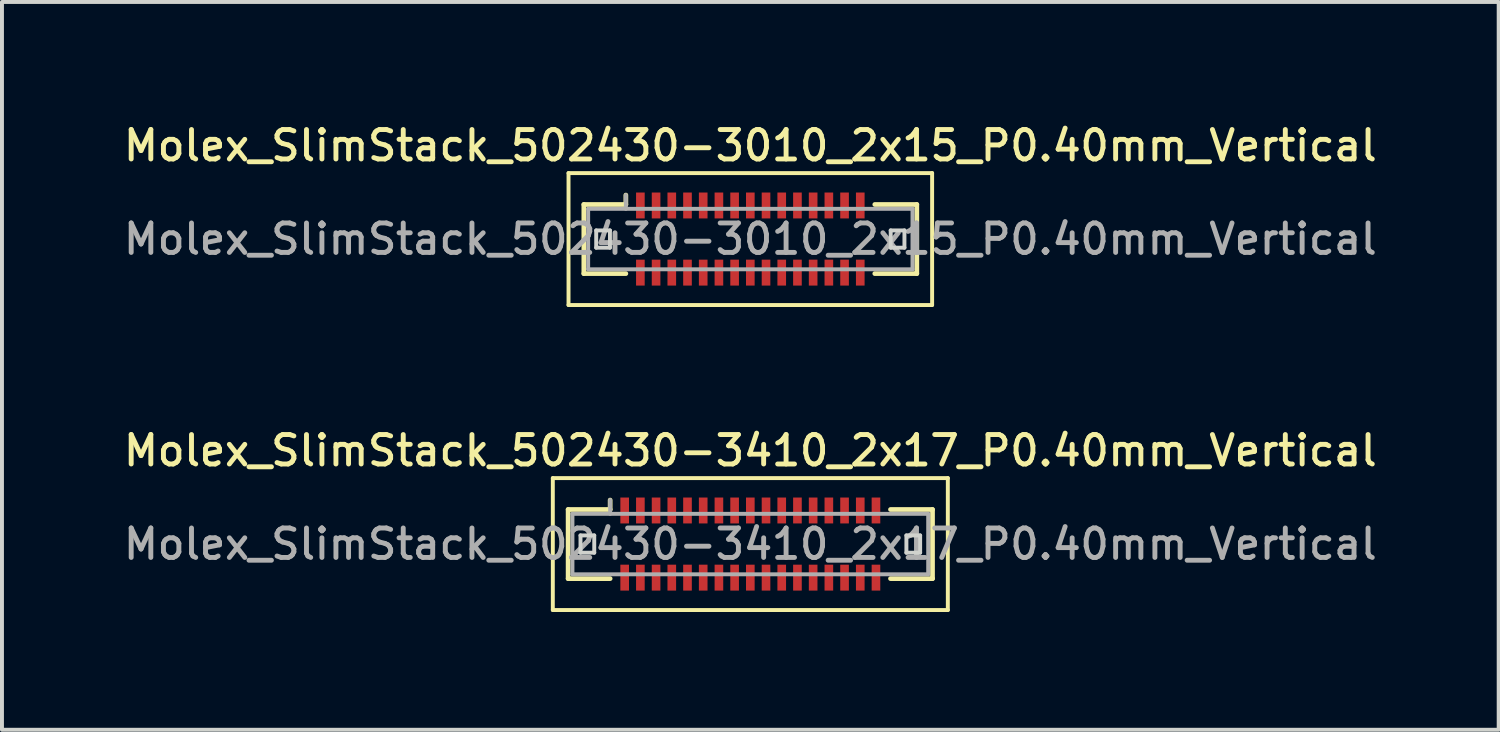
<source format=kicad_pcb>
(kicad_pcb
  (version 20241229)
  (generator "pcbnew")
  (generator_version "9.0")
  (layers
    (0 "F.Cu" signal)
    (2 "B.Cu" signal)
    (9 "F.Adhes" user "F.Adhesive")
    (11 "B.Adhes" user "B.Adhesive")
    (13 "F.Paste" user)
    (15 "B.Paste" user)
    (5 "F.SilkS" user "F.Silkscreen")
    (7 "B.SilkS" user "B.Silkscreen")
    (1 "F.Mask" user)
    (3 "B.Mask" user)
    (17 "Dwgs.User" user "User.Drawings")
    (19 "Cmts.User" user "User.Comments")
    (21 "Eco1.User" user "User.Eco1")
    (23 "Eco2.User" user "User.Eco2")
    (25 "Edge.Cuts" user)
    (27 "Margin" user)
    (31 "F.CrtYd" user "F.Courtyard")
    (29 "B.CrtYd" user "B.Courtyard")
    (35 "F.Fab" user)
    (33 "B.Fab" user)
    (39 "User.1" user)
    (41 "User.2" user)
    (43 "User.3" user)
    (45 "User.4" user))
  (footprint "Molex_SlimStack_502430-3410_2x17_P0.40mm_Vertical"
    (layer "F.Cu")
    (at 16.059 10.806)
    (property "Reference" "Molex_SlimStack_502430-3410_2x17_P0.40mm_Vertical" (at 0 -2.38 0) (layer "F.SilkS") (effects (font (size 0.75 0.75) (thickness 0.125))))
    (attr smd)
    (fp_line (start -5.03 -1.68) (end -5.03 1.68) (stroke (width 0.1) (type solid)) (layer "F.SilkS"))
    (fp_line (start -5.03 1.68) (end 5.03 1.68) (stroke (width 0.1) (type solid)) (layer "F.SilkS"))
    (fp_line (start -4.64 -0.88) (end -3.57 -0.88) (stroke (width 0.12) (type solid)) (layer "F.SilkS"))
    (fp_line (start -4.64 0.88) (end -4.64 -0.88) (stroke (width 0.12) (type solid)) (layer "F.SilkS"))
    (fp_line (start -3.57 -0.88) (end -3.57 -1.12) (stroke (width 0.12) (type solid)) (layer "F.SilkS"))
    (fp_line (start -3.57 0.88) (end -4.64 0.88) (stroke (width 0.12) (type solid)) (layer "F.SilkS"))
    (fp_line (start 3.57 0.88) (end 4.64 0.88) (stroke (width 0.12) (type solid)) (layer "F.SilkS"))
    (fp_line (start 4.64 -0.88) (end 3.57 -0.88) (stroke (width 0.12) (type solid)) (layer "F.SilkS"))
    (fp_line (start 4.64 0.88) (end 4.64 -0.88) (stroke (width 0.12) (type solid)) (layer "F.SilkS"))
    (fp_line (start 5.03 -1.68) (end -5.03 -1.68) (stroke (width 0.1) (type solid)) (layer "F.SilkS"))
    (fp_line (start 5.03 1.68) (end 5.03 -1.68) (stroke (width 0.1) (type solid)) (layer "F.SilkS"))
    (fp_line (start -4.325 -0.22) (end -4.325 0.22) (stroke (width 0.1) (type solid)) (layer "Edge.Cuts"))
    (fp_line (start -4.325 0.22) (end -3.975 0.22) (stroke (width 0.1) (type solid)) (layer "Edge.Cuts"))
    (fp_line (start -3.975 -0.22) (end -4.325 -0.22) (stroke (width 0.1) (type solid)) (layer "Edge.Cuts"))
    (fp_line (start -3.975 0.22) (end -3.975 -0.22) (stroke (width 0.1) (type solid)) (layer "Edge.Cuts"))
    (fp_line (start 3.975 -0.22) (end 3.975 0.22) (stroke (width 0.1) (type solid)) (layer "Edge.Cuts"))
    (fp_line (start 3.975 0.22) (end 4.325 0.22) (stroke (width 0.1) (type solid)) (layer "Edge.Cuts"))
    (fp_line (start 4.325 -0.22) (end 3.975 -0.22) (stroke (width 0.1) (type solid)) (layer "Edge.Cuts"))
    (fp_line (start 4.325 0.22) (end 4.325 -0.22) (stroke (width 0.1) (type solid)) (layer "Edge.Cuts"))
    (fp_line (start -4.53 -0.77) (end -4.53 0.77) (stroke (width 0.1) (type solid)) (layer "F.Fab"))
    (fp_line (start -4.53 0.77) (end 4.53 0.77) (stroke (width 0.1) (type solid)) (layer "F.Fab"))
    (fp_line (start -3.57 -0.77) (end -3.57 -1.12) (stroke (width 0.1) (type solid)) (layer "F.Fab"))
    (fp_line (start 4.53 -0.77) (end -4.53 -0.77) (stroke (width 0.1) (type solid)) (layer "F.Fab"))
    (fp_line (start 4.53 0.77) (end 4.53 -0.77) (stroke (width 0.1) (type solid)) (layer "F.Fab"))
    (fp_text user "${REFERENCE}" (at 0 0 0) (layer "F.Fab") (effects (font (size 0.75 0.75) (thickness 0.125))))
    (pad "1" smd rect (at -3.2 -0.855) (size 0.22 0.66) (layers "F.Cu" "F.Mask" "F.Paste"))
    (pad "2" smd rect (at -3.2 0.855) (size 0.22 0.66) (layers "F.Cu" "F.Mask" "F.Paste"))
    (pad "3" smd rect (at -2.8 -0.855) (size 0.22 0.66) (layers "F.Cu" "F.Mask" "F.Paste"))
    (pad "4" smd rect (at -2.8 0.855) (size 0.22 0.66) (layers "F.Cu" "F.Mask" "F.Paste"))
    (pad "5" smd rect (at -2.4 -0.855) (size 0.22 0.66) (layers "F.Cu" "F.Mask" "F.Paste"))
    (pad "6" smd rect (at -2.4 0.855) (size 0.22 0.66) (layers "F.Cu" "F.Mask" "F.Paste"))
    (pad "7" smd rect (at -2 -0.855) (size 0.22 0.66) (layers "F.Cu" "F.Mask" "F.Paste"))
    (pad "8" smd rect (at -2 0.855) (size 0.22 0.66) (layers "F.Cu" "F.Mask" "F.Paste"))
    (pad "9" smd rect (at -1.6 -0.855) (size 0.22 0.66) (layers "F.Cu" "F.Mask" "F.Paste"))
    (pad "10" smd rect (at -1.6 0.855) (size 0.22 0.66) (layers "F.Cu" "F.Mask" "F.Paste"))
    (pad "11" smd rect (at -1.2 -0.855) (size 0.22 0.66) (layers "F.Cu" "F.Mask" "F.Paste"))
    (pad "12" smd rect (at -1.2 0.855) (size 0.22 0.66) (layers "F.Cu" "F.Mask" "F.Paste"))
    (pad "13" smd rect (at -0.8 -0.855) (size 0.22 0.66) (layers "F.Cu" "F.Mask" "F.Paste"))
    (pad "14" smd rect (at -0.8 0.855) (size 0.22 0.66) (layers "F.Cu" "F.Mask" "F.Paste"))
    (pad "15" smd rect (at -0.4 -0.855) (size 0.22 0.66) (layers "F.Cu" "F.Mask" "F.Paste"))
    (pad "16" smd rect (at -0.4 0.855) (size 0.22 0.66) (layers "F.Cu" "F.Mask" "F.Paste"))
    (pad "17" smd rect (at 0 -0.855) (size 0.22 0.66) (layers "F.Cu" "F.Mask" "F.Paste"))
    (pad "18" smd rect (at 0 0.855) (size 0.22 0.66) (layers "F.Cu" "F.Mask" "F.Paste"))
    (pad "19" smd rect (at 0.4 -0.855) (size 0.22 0.66) (layers "F.Cu" "F.Mask" "F.Paste"))
    (pad "20" smd rect (at 0.4 0.855) (size 0.22 0.66) (layers "F.Cu" "F.Mask" "F.Paste"))
    (pad "21" smd rect (at 0.8 -0.855) (size 0.22 0.66) (layers "F.Cu" "F.Mask" "F.Paste"))
    (pad "22" smd rect (at 0.8 0.855) (size 0.22 0.66) (layers "F.Cu" "F.Mask" "F.Paste"))
    (pad "23" smd rect (at 1.2 -0.855) (size 0.22 0.66) (layers "F.Cu" "F.Mask" "F.Paste"))
    (pad "24" smd rect (at 1.2 0.855) (size 0.22 0.66) (layers "F.Cu" "F.Mask" "F.Paste"))
    (pad "25" smd rect (at 1.6 -0.855) (size 0.22 0.66) (layers "F.Cu" "F.Mask" "F.Paste"))
    (pad "26" smd rect (at 1.6 0.855) (size 0.22 0.66) (layers "F.Cu" "F.Mask" "F.Paste"))
    (pad "27" smd rect (at 2 -0.855) (size 0.22 0.66) (layers "F.Cu" "F.Mask" "F.Paste"))
    (pad "28" smd rect (at 2 0.855) (size 0.22 0.66) (layers "F.Cu" "F.Mask" "F.Paste"))
    (pad "29" smd rect (at 2.4 -0.855) (size 0.22 0.66) (layers "F.Cu" "F.Mask" "F.Paste"))
    (pad "30" smd rect (at 2.4 0.855) (size 0.22 0.66) (layers "F.Cu" "F.Mask" "F.Paste"))
    (pad "31" smd rect (at 2.8 -0.855) (size 0.22 0.66) (layers "F.Cu" "F.Mask" "F.Paste"))
    (pad "32" smd rect (at 2.8 0.855) (size 0.22 0.66) (layers "F.Cu" "F.Mask" "F.Paste"))
    (pad "33" smd rect (at 3.2 -0.855) (size 0.22 0.66) (layers "F.Cu" "F.Mask" "F.Paste"))
    (pad "34" smd rect (at 3.2 0.855) (size 0.22 0.66) (layers "F.Cu" "F.Mask" "F.Paste")))
  (footprint "Molex_SlimStack_502430-3010_2x15_P0.40mm_Vertical"
    (layer "F.Cu")
    (at 16.059 3.038)
    (property "Reference" "Molex_SlimStack_502430-3010_2x15_P0.40mm_Vertical" (at 0 -2.38 0) (layer "F.SilkS") (effects (font (size 0.75 0.75) (thickness 0.125))))
    (attr smd)
    (fp_line (start -4.63 -1.68) (end -4.63 1.68) (stroke (width 0.1) (type solid)) (layer "F.SilkS"))
    (fp_line (start -4.63 1.68) (end 4.63 1.68) (stroke (width 0.1) (type solid)) (layer "F.SilkS"))
    (fp_line (start -4.24 -0.88) (end -3.17 -0.88) (stroke (width 0.12) (type solid)) (layer "F.SilkS"))
    (fp_line (start -4.24 0.88) (end -4.24 -0.88) (stroke (width 0.12) (type solid)) (layer "F.SilkS"))
    (fp_line (start -3.17 -0.88) (end -3.17 -1.12) (stroke (width 0.12) (type solid)) (layer "F.SilkS"))
    (fp_line (start -3.17 0.88) (end -4.24 0.88) (stroke (width 0.12) (type solid)) (layer "F.SilkS"))
    (fp_line (start 3.17 0.88) (end 4.24 0.88) (stroke (width 0.12) (type solid)) (layer "F.SilkS"))
    (fp_line (start 4.24 -0.88) (end 3.17 -0.88) (stroke (width 0.12) (type solid)) (layer "F.SilkS"))
    (fp_line (start 4.24 0.88) (end 4.24 -0.88) (stroke (width 0.12) (type solid)) (layer "F.SilkS"))
    (fp_line (start 4.63 -1.68) (end -4.63 -1.68) (stroke (width 0.1) (type solid)) (layer "F.SilkS"))
    (fp_line (start 4.63 1.68) (end 4.63 -1.68) (stroke (width 0.1) (type solid)) (layer "F.SilkS"))
    (fp_line (start -3.925 -0.22) (end -3.925 0.22) (stroke (width 0.1) (type solid)) (layer "Edge.Cuts"))
    (fp_line (start -3.925 0.22) (end -3.575 0.22) (stroke (width 0.1) (type solid)) (layer "Edge.Cuts"))
    (fp_line (start -3.575 -0.22) (end -3.925 -0.22) (stroke (width 0.1) (type solid)) (layer "Edge.Cuts"))
    (fp_line (start -3.575 0.22) (end -3.575 -0.22) (stroke (width 0.1) (type solid)) (layer "Edge.Cuts"))
    (fp_line (start 3.575 -0.22) (end 3.575 0.22) (stroke (width 0.1) (type solid)) (layer "Edge.Cuts"))
    (fp_line (start 3.575 0.22) (end 3.925 0.22) (stroke (width 0.1) (type solid)) (layer "Edge.Cuts"))
    (fp_line (start 3.925 -0.22) (end 3.575 -0.22) (stroke (width 0.1) (type solid)) (layer "Edge.Cuts"))
    (fp_line (start 3.925 0.22) (end 3.925 -0.22) (stroke (width 0.1) (type solid)) (layer "Edge.Cuts"))
    (fp_line (start -4.13 -0.77) (end -4.13 0.77) (stroke (width 0.1) (type solid)) (layer "F.Fab"))
    (fp_line (start -4.13 0.77) (end 4.13 0.77) (stroke (width 0.1) (type solid)) (layer "F.Fab"))
    (fp_line (start -3.17 -0.77) (end -3.17 -1.12) (stroke (width 0.1) (type solid)) (layer "F.Fab"))
    (fp_line (start 4.13 -0.77) (end -4.13 -0.77) (stroke (width 0.1) (type solid)) (layer "F.Fab"))
    (fp_line (start 4.13 0.77) (end 4.13 -0.77) (stroke (width 0.1) (type solid)) (layer "F.Fab"))
    (fp_text user "${REFERENCE}" (at 0 0 0) (layer "F.Fab") (effects (font (size 0.75 0.75) (thickness 0.125))))
    (pad "1" smd rect (at -2.8 -0.855) (size 0.22 0.66) (layers "F.Cu" "F.Mask" "F.Paste"))
    (pad "2" smd rect (at -2.8 0.855) (size 0.22 0.66) (layers "F.Cu" "F.Mask" "F.Paste"))
    (pad "3" smd rect (at -2.4 -0.855) (size 0.22 0.66) (layers "F.Cu" "F.Mask" "F.Paste"))
    (pad "4" smd rect (at -2.4 0.855) (size 0.22 0.66) (layers "F.Cu" "F.Mask" "F.Paste"))
    (pad "5" smd rect (at -2 -0.855) (size 0.22 0.66) (layers "F.Cu" "F.Mask" "F.Paste"))
    (pad "6" smd rect (at -2 0.855) (size 0.22 0.66) (layers "F.Cu" "F.Mask" "F.Paste"))
    (pad "7" smd rect (at -1.6 -0.855) (size 0.22 0.66) (layers "F.Cu" "F.Mask" "F.Paste"))
    (pad "8" smd rect (at -1.6 0.855) (size 0.22 0.66) (layers "F.Cu" "F.Mask" "F.Paste"))
    (pad "9" smd rect (at -1.2 -0.855) (size 0.22 0.66) (layers "F.Cu" "F.Mask" "F.Paste"))
    (pad "10" smd rect (at -1.2 0.855) (size 0.22 0.66) (layers "F.Cu" "F.Mask" "F.Paste"))
    (pad "11" smd rect (at -0.8 -0.855) (size 0.22 0.66) (layers "F.Cu" "F.Mask" "F.Paste"))
    (pad "12" smd rect (at -0.8 0.855) (size 0.22 0.66) (layers "F.Cu" "F.Mask" "F.Paste"))
    (pad "13" smd rect (at -0.4 -0.855) (size 0.22 0.66) (layers "F.Cu" "F.Mask" "F.Paste"))
    (pad "14" smd rect (at -0.4 0.855) (size 0.22 0.66) (layers "F.Cu" "F.Mask" "F.Paste"))
    (pad "15" smd rect (at 0 -0.855) (size 0.22 0.66) (layers "F.Cu" "F.Mask" "F.Paste"))
    (pad "16" smd rect (at 0 0.855) (size 0.22 0.66) (layers "F.Cu" "F.Mask" "F.Paste"))
    (pad "17" smd rect (at 0.4 -0.855) (size 0.22 0.66) (layers "F.Cu" "F.Mask" "F.Paste"))
    (pad "18" smd rect (at 0.4 0.855) (size 0.22 0.66) (layers "F.Cu" "F.Mask" "F.Paste"))
    (pad "19" smd rect (at 0.8 -0.855) (size 0.22 0.66) (layers "F.Cu" "F.Mask" "F.Paste"))
    (pad "20" smd rect (at 0.8 0.855) (size 0.22 0.66) (layers "F.Cu" "F.Mask" "F.Paste"))
    (pad "21" smd rect (at 1.2 -0.855) (size 0.22 0.66) (layers "F.Cu" "F.Mask" "F.Paste"))
    (pad "22" smd rect (at 1.2 0.855) (size 0.22 0.66) (layers "F.Cu" "F.Mask" "F.Paste"))
    (pad "23" smd rect (at 1.6 -0.855) (size 0.22 0.66) (layers "F.Cu" "F.Mask" "F.Paste"))
    (pad "24" smd rect (at 1.6 0.855) (size 0.22 0.66) (layers "F.Cu" "F.Mask" "F.Paste"))
    (pad "25" smd rect (at 2 -0.855) (size 0.22 0.66) (layers "F.Cu" "F.Mask" "F.Paste"))
    (pad "26" smd rect (at 2 0.855) (size 0.22 0.66) (layers "F.Cu" "F.Mask" "F.Paste"))
    (pad "27" smd rect (at 2.4 -0.855) (size 0.22 0.66) (layers "F.Cu" "F.Mask" "F.Paste"))
    (pad "28" smd rect (at 2.4 0.855) (size 0.22 0.66) (layers "F.Cu" "F.Mask" "F.Paste"))
    (pad "29" smd rect (at 2.8 -0.855) (size 0.22 0.66) (layers "F.Cu" "F.Mask" "F.Paste"))
    (pad "30" smd rect (at 2.8 0.855) (size 0.22 0.66) (layers "F.Cu" "F.Mask" "F.Paste")))
  (gr_rect
    (start -3 -3)
    (end 35.118 15.536)
    (stroke (width 0.1) (type default))
    (fill no)
    (layer "Edge.Cuts")))
</source>
